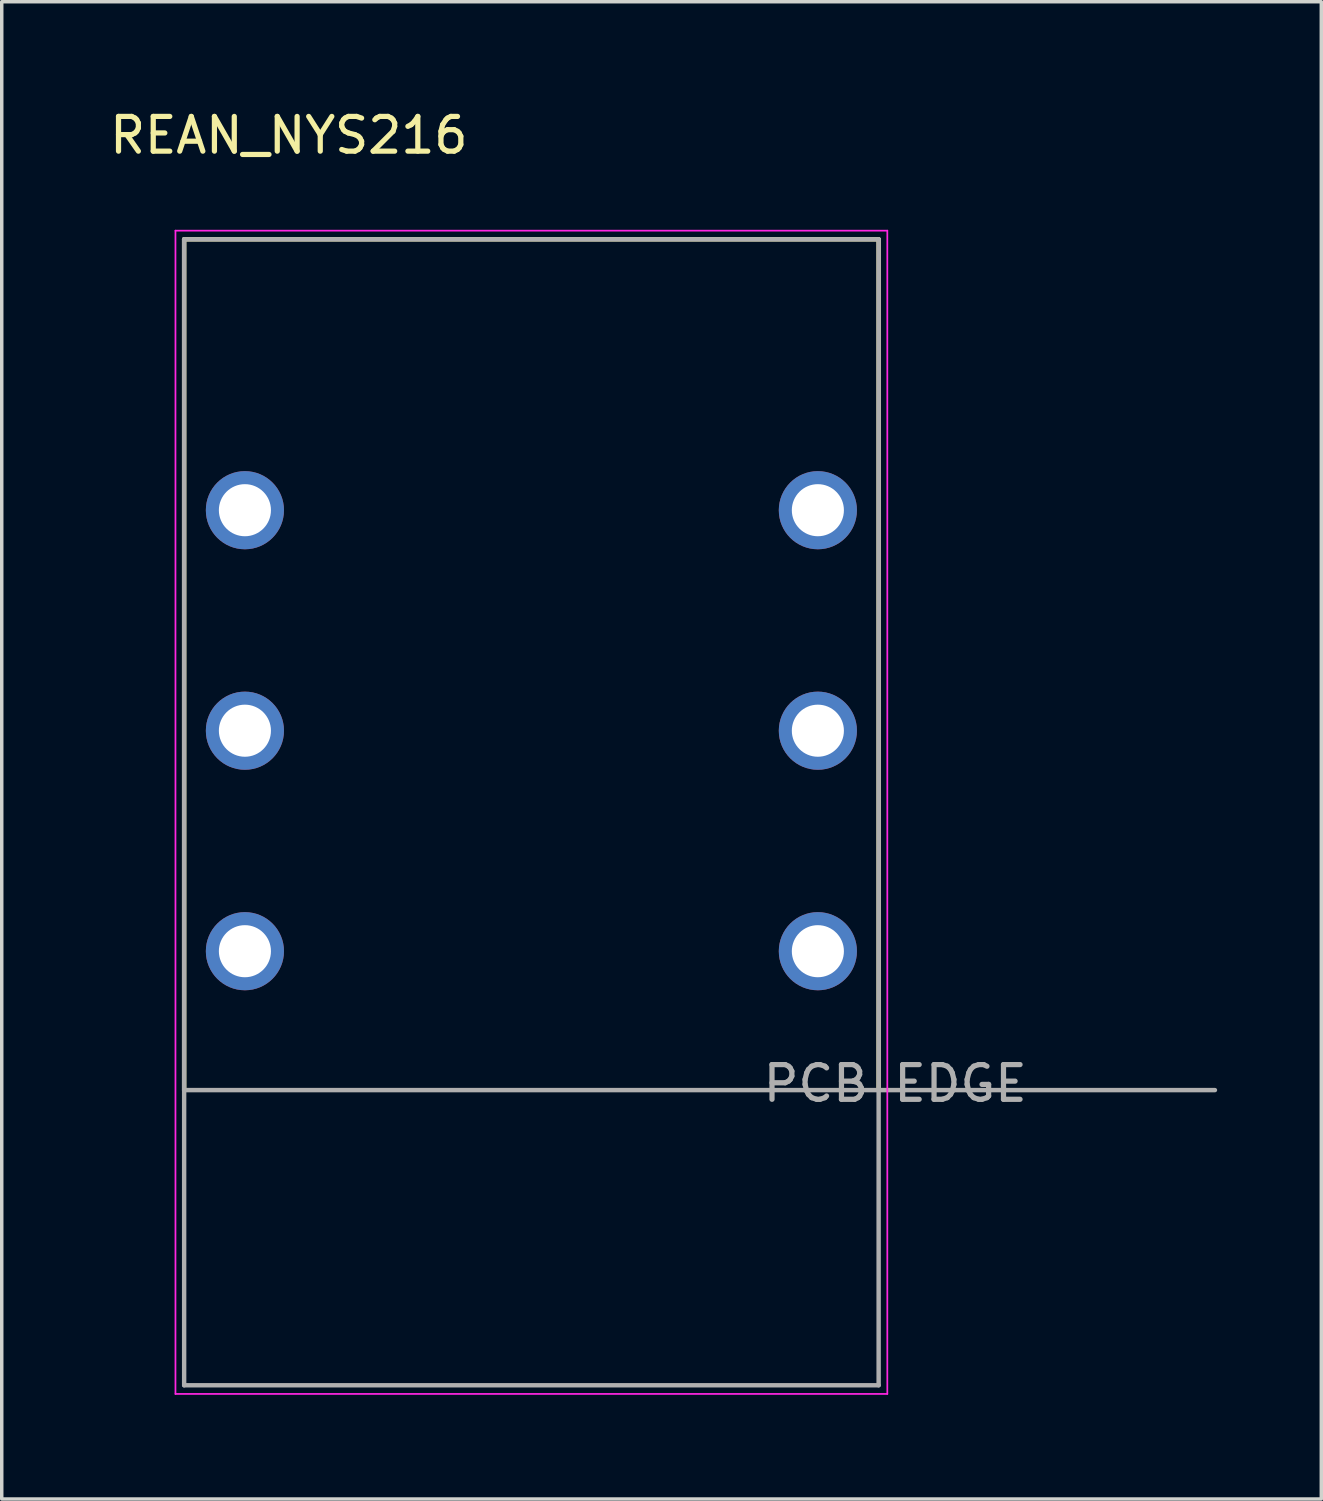
<source format=kicad_pcb>
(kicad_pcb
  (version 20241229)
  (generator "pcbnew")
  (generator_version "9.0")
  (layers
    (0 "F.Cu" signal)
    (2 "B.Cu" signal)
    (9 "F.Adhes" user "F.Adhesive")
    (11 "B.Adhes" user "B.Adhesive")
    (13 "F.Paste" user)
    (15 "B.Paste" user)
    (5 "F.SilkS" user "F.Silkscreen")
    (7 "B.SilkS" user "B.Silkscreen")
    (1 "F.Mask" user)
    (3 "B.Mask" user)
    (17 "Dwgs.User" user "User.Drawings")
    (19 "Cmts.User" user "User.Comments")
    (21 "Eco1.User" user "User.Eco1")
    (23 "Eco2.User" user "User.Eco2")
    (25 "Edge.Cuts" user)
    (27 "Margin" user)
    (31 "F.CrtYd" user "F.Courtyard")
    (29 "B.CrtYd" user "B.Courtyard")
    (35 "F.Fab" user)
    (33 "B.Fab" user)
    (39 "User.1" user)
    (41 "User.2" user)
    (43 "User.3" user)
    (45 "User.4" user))
  (footprint "REAN_NYS216"
    (layer "F.Cu")
    (at 12.253 17.993)
    (property "Reference" "REAN_NYS216" (at -6.985 -17.145 0) (layer "F.SilkS") (effects (font (size 1 1) (thickness 0.15))))
    (attr through_hole)
    (fp_line (start -10 -14.15) (end 10 -14.15) (stroke (width 0.127) (type solid)) (layer "F.SilkS"))
    (fp_line (start -10 10.35) (end -10 -14.15) (stroke (width 0.127) (type solid)) (layer "F.SilkS"))
    (fp_line (start 10 10.35) (end 10 -14.15) (stroke (width 0.127) (type solid)) (layer "F.SilkS"))
    (fp_line (start -10.25 -14.4) (end -10.25 19.1) (stroke (width 0.05) (type solid)) (layer "F.CrtYd"))
    (fp_line (start -10.25 19.1) (end 10.25 19.1) (stroke (width 0.05) (type solid)) (layer "F.CrtYd"))
    (fp_line (start 10.25 -14.4) (end -10.25 -14.4) (stroke (width 0.05) (type solid)) (layer "F.CrtYd"))
    (fp_line (start 10.25 19.1) (end 10.25 -14.4) (stroke (width 0.05) (type solid)) (layer "F.CrtYd"))
    (fp_line (start -10 -14.15) (end 10 -14.15) (stroke (width 0.127) (type solid)) (layer "F.Fab"))
    (fp_line (start -10 10.35) (end -10 -14.15) (stroke (width 0.127) (type solid)) (layer "F.Fab"))
    (fp_line (start -10 10.35) (end 19.685 10.35) (stroke (width 0.127) (type solid)) (layer "F.Fab"))
    (fp_line (start -10 18.85) (end -10 10.35) (stroke (width 0.127) (type solid)) (layer "F.Fab"))
    (fp_line (start 10 -14.15) (end 10 18.85) (stroke (width 0.127) (type solid)) (layer "F.Fab"))
    (fp_line (start 10 18.85) (end -10 18.85) (stroke (width 0.127) (type solid)) (layer "F.Fab"))
    (fp_text user "PCB EDGE" (at 10.477 10.16 0) (layer "F.Fab") (effects (font (size 1 1) (thickness 0.15))))
    (pad "R" thru_hole circle (at 8.25 0) (size 2.25 2.25) (drill 1.5) (layers "*.Cu" "*.Mask"))
    (pad "RN" thru_hole circle (at -8.25 0) (size 2.25 2.25) (drill 1.5) (layers "*.Cu" "*.Mask"))
    (pad "S" thru_hole circle (at 8.25 6.35) (size 2.25 2.25) (drill 1.5) (layers "*.Cu" "*.Mask"))
    (pad "SN" thru_hole circle (at -8.25 6.35) (size 2.25 2.25) (drill 1.5) (layers "*.Cu" "*.Mask"))
    (pad "T" thru_hole circle (at 8.25 -6.35) (size 2.25 2.25) (drill 1.5) (layers "*.Cu" "*.Mask"))
    (pad "TN" thru_hole circle (at -8.25 -6.35) (size 2.25 2.25) (drill 1.5) (layers "*.Cu" "*.Mask")))
  (gr_rect
    (start -3 -3)
    (end 35.001 40.118)
    (stroke (width 0.1) (type default))
    (fill no)
    (layer "Edge.Cuts")))
</source>
